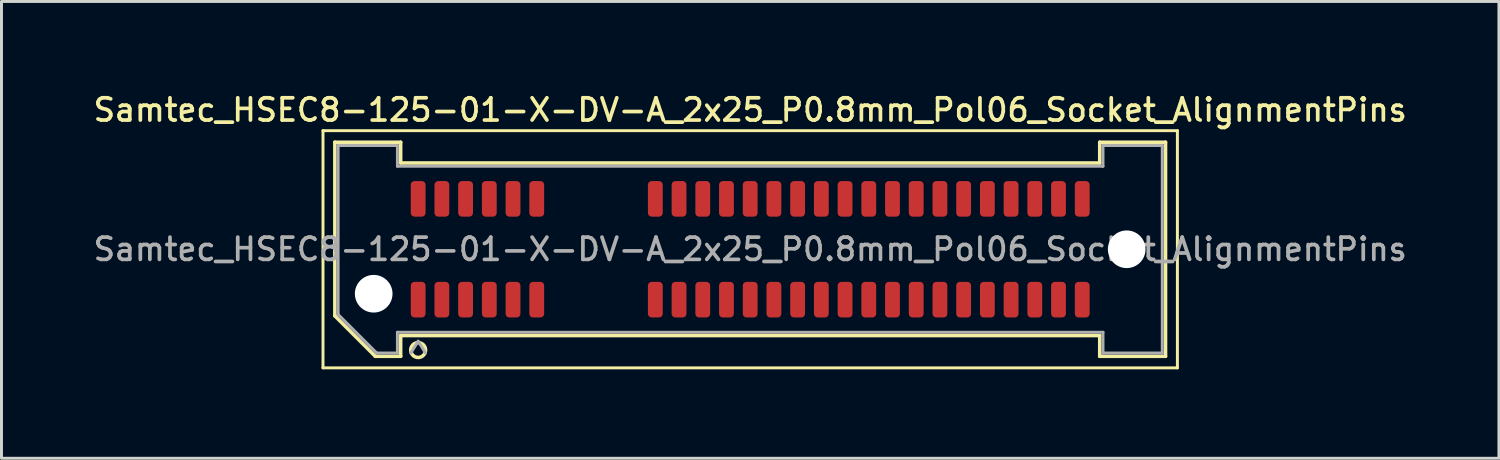
<source format=kicad_pcb>
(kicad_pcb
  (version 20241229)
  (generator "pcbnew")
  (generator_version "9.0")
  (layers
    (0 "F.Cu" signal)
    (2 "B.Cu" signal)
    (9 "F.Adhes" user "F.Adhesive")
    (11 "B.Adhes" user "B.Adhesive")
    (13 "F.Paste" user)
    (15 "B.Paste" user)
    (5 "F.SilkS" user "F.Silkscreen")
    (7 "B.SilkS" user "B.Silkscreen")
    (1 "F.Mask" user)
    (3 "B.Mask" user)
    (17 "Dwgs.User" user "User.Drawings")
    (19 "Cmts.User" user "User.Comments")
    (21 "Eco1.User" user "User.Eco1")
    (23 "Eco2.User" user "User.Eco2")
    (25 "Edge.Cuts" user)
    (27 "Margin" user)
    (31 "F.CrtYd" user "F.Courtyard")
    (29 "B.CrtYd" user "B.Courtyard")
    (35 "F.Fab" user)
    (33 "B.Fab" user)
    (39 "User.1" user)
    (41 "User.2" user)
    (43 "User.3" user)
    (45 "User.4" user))
  (footprint "Samtec_HSEC8-125-01-X-DV-A_2x25_P0.8mm_Pol06_Socket_AlignmentPins"
    (layer "F.Cu")
    (at 22.255 5.358)
    (property "Reference" "Samtec_HSEC8-125-01-X-DV-A_2x25_P0.8mm_Pol06_Socket_AlignmentPins" (at 0 -4.7 0) (layer "F.SilkS") (effects (font (size 0.75 0.75) (thickness 0.125))))
    (attr smd)
    (fp_line (start -14.41 -4) (end -14.41 4) (stroke (width 0.1) (type solid)) (layer "F.SilkS"))
    (fp_line (start -14.41 4) (end 14.41 4) (stroke (width 0.1) (type solid)) (layer "F.SilkS"))
    (fp_line (start -14.01 -3.61) (end -11.79 -3.61) (stroke (width 0.12) (type solid)) (layer "F.SilkS"))
    (fp_line (start -14.01 2.246) (end -14.01 -3.61) (stroke (width 0.12) (type solid)) (layer "F.SilkS"))
    (fp_line (start -12.646 3.61) (end -14.01 2.246) (stroke (width 0.12) (type solid)) (layer "F.SilkS"))
    (fp_line (start -11.79 -3.61) (end -11.79 -2.91) (stroke (width 0.12) (type solid)) (layer "F.SilkS"))
    (fp_line (start -11.79 -2.91) (end 11.79 -2.91) (stroke (width 0.12) (type solid)) (layer "F.SilkS"))
    (fp_line (start -11.79 2.91) (end -11.79 3.61) (stroke (width 0.12) (type solid)) (layer "F.SilkS"))
    (fp_line (start -11.79 3.61) (end -12.646 3.61) (stroke (width 0.12) (type solid)) (layer "F.SilkS"))
    (fp_line (start 11.79 -3.61) (end 14.01 -3.61) (stroke (width 0.12) (type solid)) (layer "F.SilkS"))
    (fp_line (start 11.79 -2.91) (end 11.79 -3.61) (stroke (width 0.12) (type solid)) (layer "F.SilkS"))
    (fp_line (start 11.79 2.91) (end -11.79 2.91) (stroke (width 0.12) (type solid)) (layer "F.SilkS"))
    (fp_line (start 11.79 3.61) (end 11.79 2.91) (stroke (width 0.12) (type solid)) (layer "F.SilkS"))
    (fp_line (start 14.01 -3.61) (end 14.01 3.61) (stroke (width 0.12) (type solid)) (layer "F.SilkS"))
    (fp_line (start 14.01 3.61) (end 11.79 3.61) (stroke (width 0.12) (type solid)) (layer "F.SilkS"))
    (fp_line (start 14.41 -4) (end -14.41 -4) (stroke (width 0.1) (type solid)) (layer "F.SilkS"))
    (fp_line (start 14.41 4) (end 14.41 -4) (stroke (width 0.1) (type solid)) (layer "F.SilkS"))
    (fp_arc (start -10.95 3.4) (mid -11.45 3.4) (end -10.95 3.4) (stroke (width 0.12) (type solid)) (layer "F.SilkS"))
    (fp_line (start -13.9 -3.5) (end -11.9 -3.5) (stroke (width 0.1) (type solid)) (layer "F.Fab"))
    (fp_line (start -13.9 2.2) (end -13.9 -3.5) (stroke (width 0.1) (type solid)) (layer "F.Fab"))
    (fp_line (start -12.6 3.5) (end -13.9 2.2) (stroke (width 0.1) (type solid)) (layer "F.Fab"))
    (fp_line (start -11.9 -3.5) (end -11.9 -2.8) (stroke (width 0.1) (type solid)) (layer "F.Fab"))
    (fp_line (start -11.9 -2.8) (end 11.9 -2.8) (stroke (width 0.1) (type solid)) (layer "F.Fab"))
    (fp_line (start -11.9 2.8) (end -11.9 3.5) (stroke (width 0.1) (type solid)) (layer "F.Fab"))
    (fp_line (start -11.9 3.5) (end -12.6 3.5) (stroke (width 0.1) (type solid)) (layer "F.Fab"))
    (fp_line (start -11.2 3.1) (end -11.45 3.5) (stroke (width 0.1) (type solid)) (layer "F.Fab"))
    (fp_line (start -11.2 3.1) (end -10.95 3.5) (stroke (width 0.1) (type solid)) (layer "F.Fab"))
    (fp_line (start 11.9 -3.5) (end 13.9 -3.5) (stroke (width 0.1) (type solid)) (layer "F.Fab"))
    (fp_line (start 11.9 -2.8) (end 11.9 -3.5) (stroke (width 0.1) (type solid)) (layer "F.Fab"))
    (fp_line (start 11.9 2.8) (end -11.9 2.8) (stroke (width 0.1) (type solid)) (layer "F.Fab"))
    (fp_line (start 11.9 3.5) (end 11.9 2.8) (stroke (width 0.1) (type solid)) (layer "F.Fab"))
    (fp_line (start 13.9 -3.5) (end 13.9 3.5) (stroke (width 0.1) (type solid)) (layer "F.Fab"))
    (fp_line (start 13.9 3.5) (end 11.9 3.5) (stroke (width 0.1) (type solid)) (layer "F.Fab"))
    (fp_text user "${REFERENCE}" (at 0 0 0) (layer "F.Fab") (effects (font (size 0.75 0.75) (thickness 0.125))))
    (pad "" np_thru_hole circle (at -12.7 1.5) (size 1.27 1.27) (drill 1.27) (layers "*.Cu" "*.Mask"))
    (pad "" np_thru_hole circle (at 12.7 0) (size 1.27 1.27) (drill 1.27) (layers "*.Cu" "*.Mask"))
    (pad "1" smd roundrect (at -11.2 1.7) (size 0.5 1.2) (layers "F.Cu" "F.Mask" "F.Paste") (roundrect_rratio 0.25))
    (pad "2" smd roundrect (at -11.2 -1.7) (size 0.5 1.2) (layers "F.Cu" "F.Mask" "F.Paste") (roundrect_rratio 0.25))
    (pad "3" smd roundrect (at -10.4 1.7) (size 0.5 1.2) (layers "F.Cu" "F.Mask" "F.Paste") (roundrect_rratio 0.25))
    (pad "4" smd roundrect (at -10.4 -1.7) (size 0.5 1.2) (layers "F.Cu" "F.Mask" "F.Paste") (roundrect_rratio 0.25))
    (pad "5" smd roundrect (at -9.6 1.7) (size 0.5 1.2) (layers "F.Cu" "F.Mask" "F.Paste") (roundrect_rratio 0.25))
    (pad "6" smd roundrect (at -9.6 -1.7) (size 0.5 1.2) (layers "F.Cu" "F.Mask" "F.Paste") (roundrect_rratio 0.25))
    (pad "7" smd roundrect (at -8.8 1.7) (size 0.5 1.2) (layers "F.Cu" "F.Mask" "F.Paste") (roundrect_rratio 0.25))
    (pad "8" smd roundrect (at -8.8 -1.7) (size 0.5 1.2) (layers "F.Cu" "F.Mask" "F.Paste") (roundrect_rratio 0.25))
    (pad "9" smd roundrect (at -8 1.7) (size 0.5 1.2) (layers "F.Cu" "F.Mask" "F.Paste") (roundrect_rratio 0.25))
    (pad "10" smd roundrect (at -8 -1.7) (size 0.5 1.2) (layers "F.Cu" "F.Mask" "F.Paste") (roundrect_rratio 0.25))
    (pad "11" smd roundrect (at -7.2 1.7) (size 0.5 1.2) (layers "F.Cu" "F.Mask" "F.Paste") (roundrect_rratio 0.25))
    (pad "12" smd roundrect (at -7.2 -1.7) (size 0.5 1.2) (layers "F.Cu" "F.Mask" "F.Paste") (roundrect_rratio 0.25))
    (pad "13" smd roundrect (at -3.2 1.7) (size 0.5 1.2) (layers "F.Cu" "F.Mask" "F.Paste") (roundrect_rratio 0.25))
    (pad "14" smd roundrect (at -3.2 -1.7) (size 0.5 1.2) (layers "F.Cu" "F.Mask" "F.Paste") (roundrect_rratio 0.25))
    (pad "15" smd roundrect (at -2.4 1.7) (size 0.5 1.2) (layers "F.Cu" "F.Mask" "F.Paste") (roundrect_rratio 0.25))
    (pad "16" smd roundrect (at -2.4 -1.7) (size 0.5 1.2) (layers "F.Cu" "F.Mask" "F.Paste") (roundrect_rratio 0.25))
    (pad "17" smd roundrect (at -1.6 1.7) (size 0.5 1.2) (layers "F.Cu" "F.Mask" "F.Paste") (roundrect_rratio 0.25))
    (pad "18" smd roundrect (at -1.6 -1.7) (size 0.5 1.2) (layers "F.Cu" "F.Mask" "F.Paste") (roundrect_rratio 0.25))
    (pad "19" smd roundrect (at -0.8 1.7) (size 0.5 1.2) (layers "F.Cu" "F.Mask" "F.Paste") (roundrect_rratio 0.25))
    (pad "20" smd roundrect (at -0.8 -1.7) (size 0.5 1.2) (layers "F.Cu" "F.Mask" "F.Paste") (roundrect_rratio 0.25))
    (pad "21" smd roundrect (at 0 1.7) (size 0.5 1.2) (layers "F.Cu" "F.Mask" "F.Paste") (roundrect_rratio 0.25))
    (pad "22" smd roundrect (at 0 -1.7) (size 0.5 1.2) (layers "F.Cu" "F.Mask" "F.Paste") (roundrect_rratio 0.25))
    (pad "23" smd roundrect (at 0.8 1.7) (size 0.5 1.2) (layers "F.Cu" "F.Mask" "F.Paste") (roundrect_rratio 0.25))
    (pad "24" smd roundrect (at 0.8 -1.7) (size 0.5 1.2) (layers "F.Cu" "F.Mask" "F.Paste") (roundrect_rratio 0.25))
    (pad "25" smd roundrect (at 1.6 1.7) (size 0.5 1.2) (layers "F.Cu" "F.Mask" "F.Paste") (roundrect_rratio 0.25))
    (pad "26" smd roundrect (at 1.6 -1.7) (size 0.5 1.2) (layers "F.Cu" "F.Mask" "F.Paste") (roundrect_rratio 0.25))
    (pad "27" smd roundrect (at 2.4 1.7) (size 0.5 1.2) (layers "F.Cu" "F.Mask" "F.Paste") (roundrect_rratio 0.25))
    (pad "28" smd roundrect (at 2.4 -1.7) (size 0.5 1.2) (layers "F.Cu" "F.Mask" "F.Paste") (roundrect_rratio 0.25))
    (pad "29" smd roundrect (at 3.2 1.7) (size 0.5 1.2) (layers "F.Cu" "F.Mask" "F.Paste") (roundrect_rratio 0.25))
    (pad "30" smd roundrect (at 3.2 -1.7) (size 0.5 1.2) (layers "F.Cu" "F.Mask" "F.Paste") (roundrect_rratio 0.25))
    (pad "31" smd roundrect (at 4 1.7) (size 0.5 1.2) (layers "F.Cu" "F.Mask" "F.Paste") (roundrect_rratio 0.25))
    (pad "32" smd roundrect (at 4 -1.7) (size 0.5 1.2) (layers "F.Cu" "F.Mask" "F.Paste") (roundrect_rratio 0.25))
    (pad "33" smd roundrect (at 4.8 1.7) (size 0.5 1.2) (layers "F.Cu" "F.Mask" "F.Paste") (roundrect_rratio 0.25))
    (pad "34" smd roundrect (at 4.8 -1.7) (size 0.5 1.2) (layers "F.Cu" "F.Mask" "F.Paste") (roundrect_rratio 0.25))
    (pad "35" smd roundrect (at 5.6 1.7) (size 0.5 1.2) (layers "F.Cu" "F.Mask" "F.Paste") (roundrect_rratio 0.25))
    (pad "36" smd roundrect (at 5.6 -1.7) (size 0.5 1.2) (layers "F.Cu" "F.Mask" "F.Paste") (roundrect_rratio 0.25))
    (pad "37" smd roundrect (at 6.4 1.7) (size 0.5 1.2) (layers "F.Cu" "F.Mask" "F.Paste") (roundrect_rratio 0.25))
    (pad "38" smd roundrect (at 6.4 -1.7) (size 0.5 1.2) (layers "F.Cu" "F.Mask" "F.Paste") (roundrect_rratio 0.25))
    (pad "39" smd roundrect (at 7.2 1.7) (size 0.5 1.2) (layers "F.Cu" "F.Mask" "F.Paste") (roundrect_rratio 0.25))
    (pad "40" smd roundrect (at 7.2 -1.7) (size 0.5 1.2) (layers "F.Cu" "F.Mask" "F.Paste") (roundrect_rratio 0.25))
    (pad "41" smd roundrect (at 8 1.7) (size 0.5 1.2) (layers "F.Cu" "F.Mask" "F.Paste") (roundrect_rratio 0.25))
    (pad "42" smd roundrect (at 8 -1.7) (size 0.5 1.2) (layers "F.Cu" "F.Mask" "F.Paste") (roundrect_rratio 0.25))
    (pad "43" smd roundrect (at 8.8 1.7) (size 0.5 1.2) (layers "F.Cu" "F.Mask" "F.Paste") (roundrect_rratio 0.25))
    (pad "44" smd roundrect (at 8.8 -1.7) (size 0.5 1.2) (layers "F.Cu" "F.Mask" "F.Paste") (roundrect_rratio 0.25))
    (pad "45" smd roundrect (at 9.6 1.7) (size 0.5 1.2) (layers "F.Cu" "F.Mask" "F.Paste") (roundrect_rratio 0.25))
    (pad "46" smd roundrect (at 9.6 -1.7) (size 0.5 1.2) (layers "F.Cu" "F.Mask" "F.Paste") (roundrect_rratio 0.25))
    (pad "47" smd roundrect (at 10.4 1.7) (size 0.5 1.2) (layers "F.Cu" "F.Mask" "F.Paste") (roundrect_rratio 0.25))
    (pad "48" smd roundrect (at 10.4 -1.7) (size 0.5 1.2) (layers "F.Cu" "F.Mask" "F.Paste") (roundrect_rratio 0.25))
    (pad "49" smd roundrect (at 11.2 1.7) (size 0.5 1.2) (layers "F.Cu" "F.Mask" "F.Paste") (roundrect_rratio 0.25))
    (pad "50" smd roundrect (at 11.2 -1.7) (size 0.5 1.2) (layers "F.Cu" "F.Mask" "F.Paste") (roundrect_rratio 0.25)))
  (gr_rect
    (start -3 -3)
    (end 47.511 12.408)
    (stroke (width 0.1) (type default))
    (fill no)
    (layer "Edge.Cuts")))
</source>
